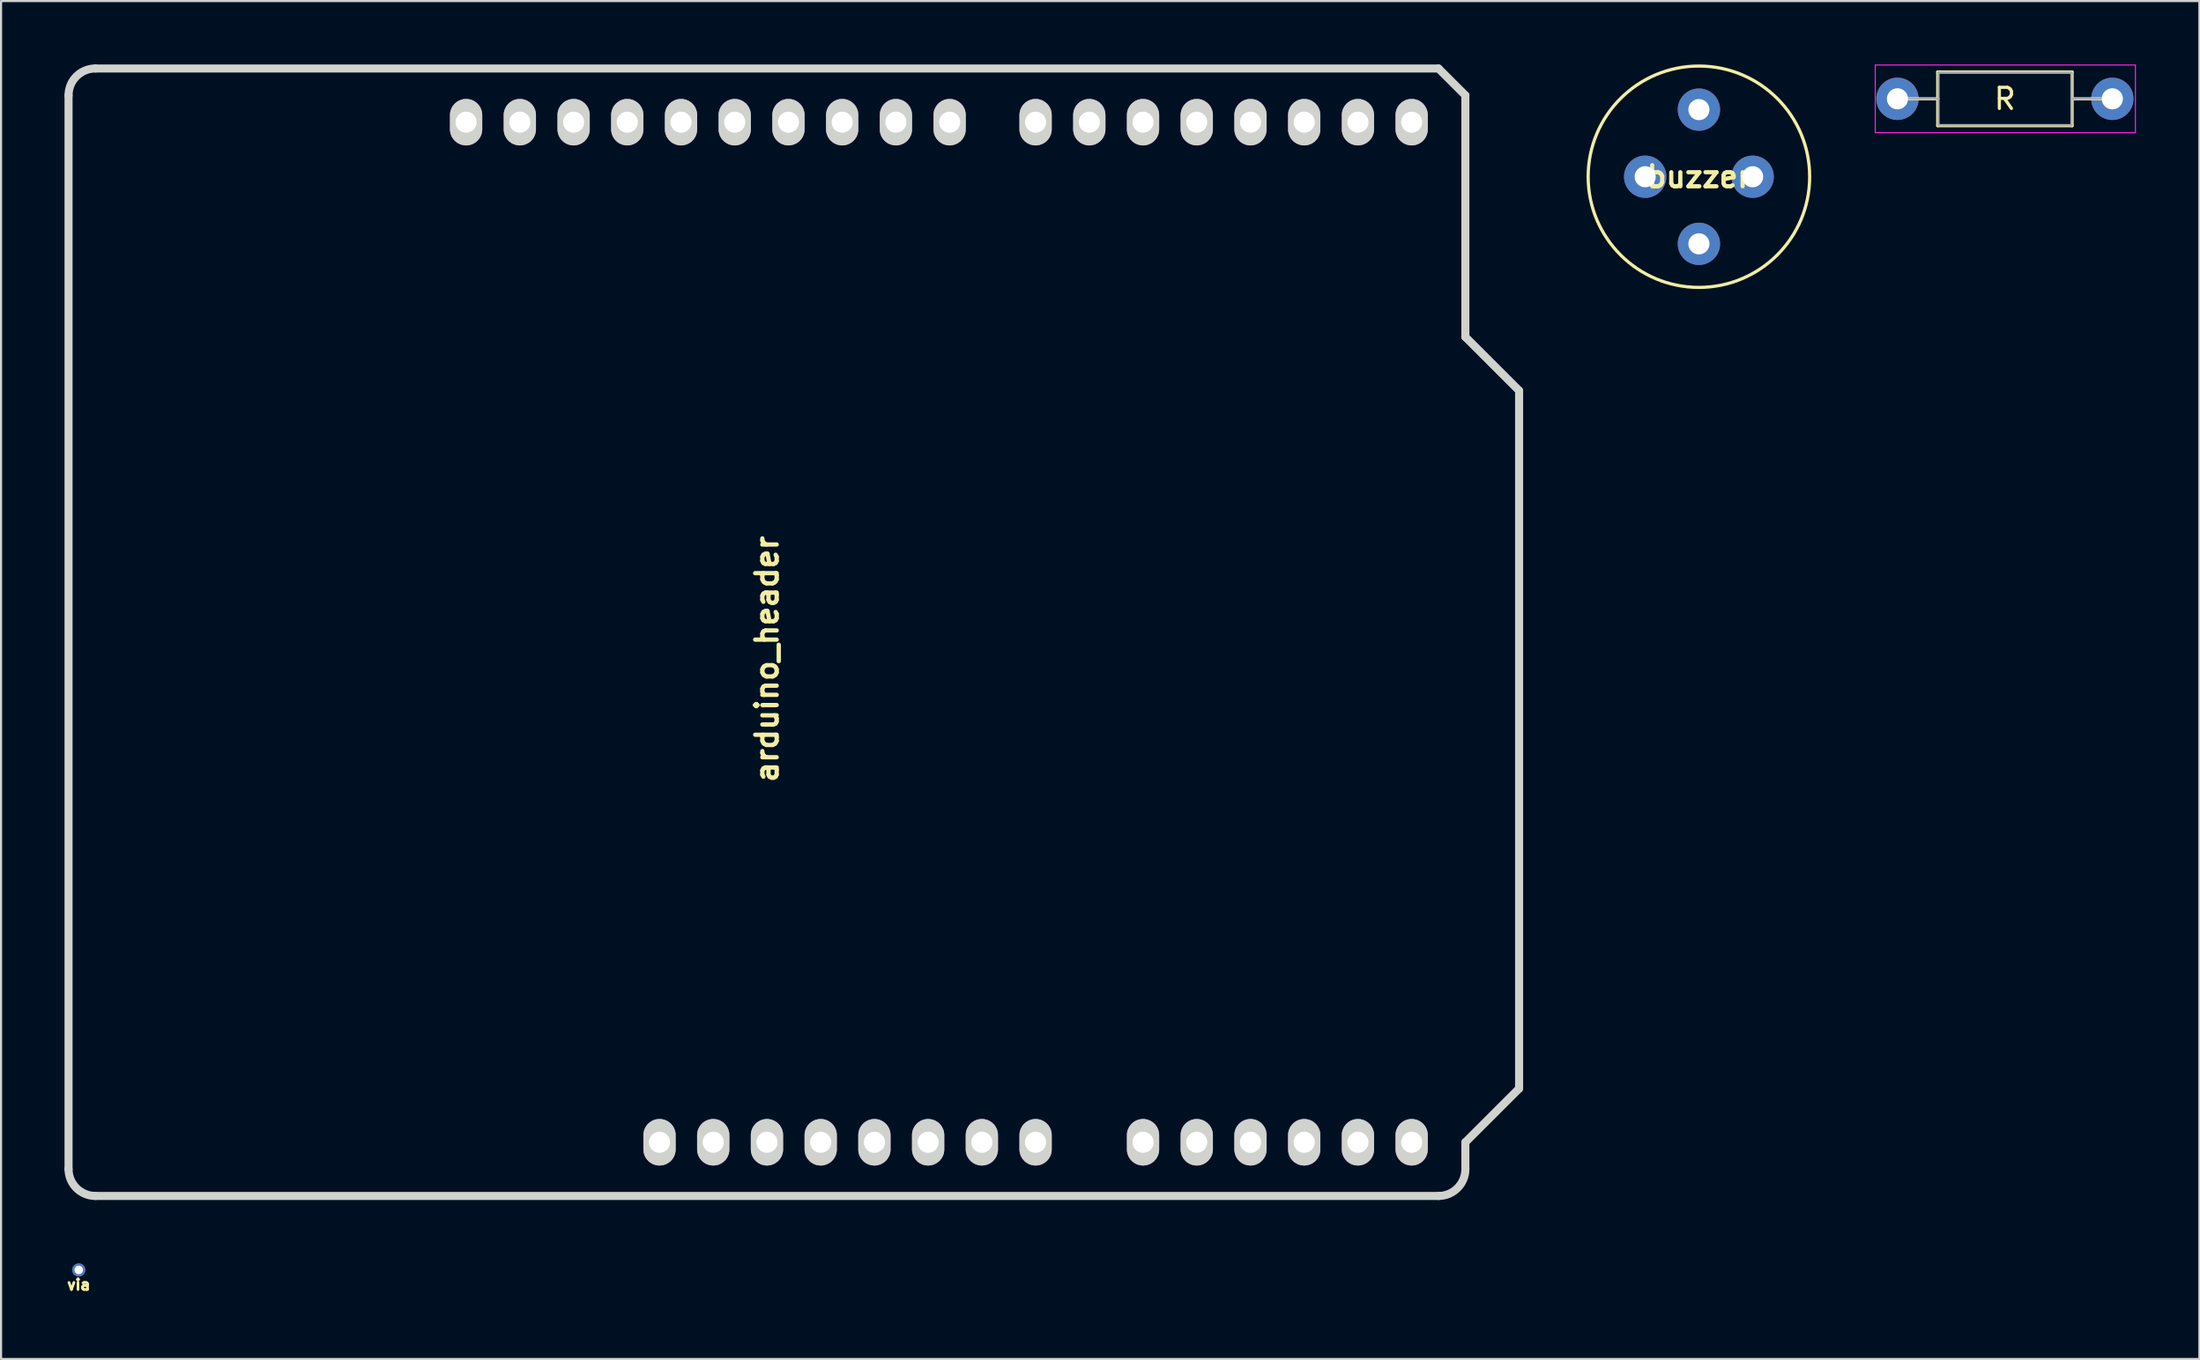
<source format=kicad_pcb>
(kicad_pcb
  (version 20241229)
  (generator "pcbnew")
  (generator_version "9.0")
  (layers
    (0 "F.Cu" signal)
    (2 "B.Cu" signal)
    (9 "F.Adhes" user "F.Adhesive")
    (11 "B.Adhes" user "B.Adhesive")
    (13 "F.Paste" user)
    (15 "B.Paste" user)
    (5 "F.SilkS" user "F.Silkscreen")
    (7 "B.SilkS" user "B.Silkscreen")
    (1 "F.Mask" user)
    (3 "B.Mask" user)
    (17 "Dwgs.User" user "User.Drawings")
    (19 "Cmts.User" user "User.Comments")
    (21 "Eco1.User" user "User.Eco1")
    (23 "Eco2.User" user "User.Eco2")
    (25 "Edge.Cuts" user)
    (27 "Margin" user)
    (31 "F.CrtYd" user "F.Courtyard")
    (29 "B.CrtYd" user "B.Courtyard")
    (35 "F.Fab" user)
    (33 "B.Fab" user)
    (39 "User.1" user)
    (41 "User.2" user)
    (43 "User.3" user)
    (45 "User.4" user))
  (footprint "arduino_header"
    (layer "F.Cu")
    (at 33.211 26.86)
    (property "Reference" "arduino_header" (at 0 1.27 90) (layer "F.SilkS") (effects (font (size 1.016 1.016) (thickness 0.203))))
    (attr through_hole)
    (fp_line (start -33.02 25.4) (end -33.02 -25.4) (stroke (width 0.381) (type solid)) (layer "Edge.Cuts"))
    (fp_line (start -31.75 26.67) (end 31.75 26.67) (stroke (width 0.381) (type solid)) (layer "Edge.Cuts"))
    (fp_line (start 31.75 -26.67) (end -31.75 -26.67) (stroke (width 0.381) (type solid)) (layer "Edge.Cuts"))
    (fp_line (start 31.75 -26.67) (end 33.02 -25.4) (stroke (width 0.381) (type solid)) (layer "Edge.Cuts"))
    (fp_line (start 33.02 -25.4) (end 33.02 -13.97) (stroke (width 0.381) (type solid)) (layer "Edge.Cuts"))
    (fp_line (start 33.02 -13.97) (end 35.56 -11.43) (stroke (width 0.381) (type solid)) (layer "Edge.Cuts"))
    (fp_line (start 33.02 24.13) (end 33.02 25.4) (stroke (width 0.381) (type solid)) (layer "Edge.Cuts"))
    (fp_line (start 35.56 21.59) (end 33.02 24.13) (stroke (width 0.381) (type solid)) (layer "Edge.Cuts"))
    (fp_line (start 35.56 21.59) (end 35.56 -11.43) (stroke (width 0.381) (type solid)) (layer "Edge.Cuts"))
    (fp_arc (start -33.02 -25.4) (mid -32.648026 -26.298026) (end -31.75 -26.67) (stroke (width 0.381) (type solid)) (layer "Edge.Cuts"))
    (fp_arc (start -31.75 26.67) (mid -32.648026 26.298026) (end -33.02 25.4) (stroke (width 0.381) (type solid)) (layer "Edge.Cuts"))
    (fp_arc (start 33.02 25.4) (mid 32.648026 26.298026) (end 31.75 26.67) (stroke (width 0.381) (type solid)) (layer "Edge.Cuts"))
    (pad "1" thru_hole oval (at -5.08 24.13) (size 1.524 2.2) (drill 1.001) (layers "*.Cu" "*.Mask" "Edge.Cuts"))
    (pad "2" thru_hole oval (at -2.54 24.13) (size 1.524 2.2) (drill 1.001) (layers "*.Cu" "*.Mask" "Edge.Cuts"))
    (pad "3" thru_hole oval (at 0 24.13) (size 1.524 2.2) (drill 1.001) (layers "*.Cu" "*.Mask" "Edge.Cuts"))
    (pad "4" thru_hole oval (at 2.54 24.13) (size 1.524 2.2) (drill 1.001) (layers "*.Cu" "*.Mask" "Edge.Cuts"))
    (pad "5" thru_hole oval (at 5.08 24.13) (size 1.524 2.2) (drill 1.001) (layers "*.Cu" "*.Mask" "Edge.Cuts"))
    (pad "6" thru_hole oval (at 7.62 24.13) (size 1.524 2.2) (drill 1.001) (layers "*.Cu" "*.Mask" "Edge.Cuts"))
    (pad "7" thru_hole oval (at 10.16 24.13) (size 1.524 2.2) (drill 1.001) (layers "*.Cu" "*.Mask" "Edge.Cuts"))
    (pad "8" thru_hole oval (at 12.7 24.13) (size 1.524 2.2) (drill 1.001) (layers "*.Cu" "*.Mask" "Edge.Cuts"))
    (pad "9" thru_hole oval (at 17.78 24.13) (size 1.524 2.2) (drill 1.001) (layers "*.Cu" "*.Mask" "Edge.Cuts"))
    (pad "10" thru_hole oval (at 20.32 24.13) (size 1.524 2.2) (drill 1.001) (layers "*.Cu" "*.Mask" "Edge.Cuts"))
    (pad "11" thru_hole oval (at 22.86 24.13) (size 1.524 2.2) (drill 1.001) (layers "*.Cu" "*.Mask" "Edge.Cuts"))
    (pad "12" thru_hole oval (at 25.4 24.13) (size 1.524 2.2) (drill 1.001) (layers "*.Cu" "*.Mask" "Edge.Cuts"))
    (pad "13" thru_hole oval (at 27.94 24.13) (size 1.524 2.2) (drill 1.001) (layers "*.Cu" "*.Mask" "Edge.Cuts"))
    (pad "14" thru_hole oval (at 30.48 24.13) (size 1.524 2.2) (drill 1.001) (layers "*.Cu" "*.Mask" "Edge.Cuts"))
    (pad "15" thru_hole oval (at 30.48 -24.13) (size 1.524 2.197) (drill 0.998) (layers "*.Cu" "*.Mask" "Edge.Cuts"))
    (pad "16" thru_hole oval (at 27.94 -24.13) (size 1.524 2.197) (drill 0.998) (layers "*.Cu" "*.Mask" "Edge.Cuts"))
    (pad "17" thru_hole oval (at 25.4 -24.13) (size 1.524 2.197) (drill 0.998) (layers "*.Cu" "*.Mask" "Edge.Cuts"))
    (pad "18" thru_hole oval (at 22.86 -24.13) (size 1.524 2.197) (drill 0.998) (layers "*.Cu" "*.Mask" "Edge.Cuts"))
    (pad "19" thru_hole oval (at 20.32 -24.13) (size 1.524 2.197) (drill 0.998) (layers "*.Cu" "*.Mask" "Edge.Cuts"))
    (pad "20" thru_hole oval (at 17.78 -24.13) (size 1.524 2.197) (drill 0.998) (layers "*.Cu" "*.Mask" "Edge.Cuts"))
    (pad "21" thru_hole oval (at 15.24 -24.13) (size 1.524 2.197) (drill 0.998) (layers "*.Cu" "*.Mask" "Edge.Cuts"))
    (pad "22" thru_hole oval (at 12.7 -24.13) (size 1.524 2.197) (drill 0.998) (layers "*.Cu" "*.Mask" "Edge.Cuts"))
    (pad "23" thru_hole oval (at 8.636 -24.13) (size 1.524 2.197) (drill 0.998) (layers "*.Cu" "*.Mask" "Edge.Cuts"))
    (pad "24" thru_hole oval (at 6.096 -24.13) (size 1.524 2.197) (drill 0.998) (layers "*.Cu" "*.Mask" "Edge.Cuts"))
    (pad "25" thru_hole oval (at 3.556 -24.13) (size 1.524 2.197) (drill 0.998) (layers "*.Cu" "*.Mask" "Edge.Cuts"))
    (pad "26" thru_hole oval (at 1.016 -24.13) (size 1.524 2.197) (drill 0.998) (layers "*.Cu" "*.Mask" "Edge.Cuts"))
    (pad "27" thru_hole oval (at -1.524 -24.13) (size 1.524 2.197) (drill 0.998) (layers "*.Cu" "*.Mask" "Edge.Cuts"))
    (pad "28" thru_hole oval (at -4.064 -24.13) (size 1.524 2.197) (drill 0.998) (layers "*.Cu" "*.Mask" "Edge.Cuts"))
    (pad "29" thru_hole oval (at -6.604 -24.13) (size 1.524 2.197) (drill 0.998) (layers "*.Cu" "*.Mask" "Edge.Cuts"))
    (pad "30" thru_hole oval (at -9.141 -24.13) (size 1.524 2.197) (drill 0.998) (layers "*.Cu" "*.Mask" "Edge.Cuts"))
    (pad "31" thru_hole oval (at -11.684 -24.13) (size 1.524 2.197) (drill 0.998) (layers "*.Cu" "*.Mask" "Edge.Cuts"))
    (pad "32" thru_hole oval (at -14.224 -24.13) (size 1.524 2.197) (drill 0.998) (layers "*.Cu" "*.Mask" "Edge.Cuts")))
  (footprint "R"
    (layer "F.Cu")
    (at 91.739 1.625)
    (property "Reference" "R" (at 0 0 0) (layer "F.SilkS") (effects (font (size 1 1) (thickness 0.15))))
    (attr through_hole)
    (fp_line (start -5.08 0) (end -3.175 0) (stroke (width 0.15) (type solid)) (layer "F.SilkS"))
    (fp_line (start -3.175 -1.27) (end 3.175 -1.27) (stroke (width 0.15) (type solid)) (layer "F.SilkS"))
    (fp_line (start -3.175 0) (end -3.175 -1.27) (stroke (width 0.15) (type solid)) (layer "F.SilkS"))
    (fp_line (start -3.175 0) (end -3.175 1.27) (stroke (width 0.15) (type solid)) (layer "F.SilkS"))
    (fp_line (start -3.175 1.27) (end 3.175 1.27) (stroke (width 0.15) (type solid)) (layer "F.SilkS"))
    (fp_line (start 3.175 -1.27) (end 3.175 0) (stroke (width 0.15) (type solid)) (layer "F.SilkS"))
    (fp_line (start 3.175 0) (end 5.08 0) (stroke (width 0.15) (type solid)) (layer "F.SilkS"))
    (fp_line (start 3.175 1.27) (end 3.175 0) (stroke (width 0.15) (type solid)) (layer "F.SilkS"))
    (fp_line (start -6.13 -1.6) (end -6.13 1.6) (stroke (width 0.05) (type solid)) (layer "F.CrtYd"))
    (fp_line (start -6.13 1.6) (end 6.17 1.6) (stroke (width 0.05) (type solid)) (layer "F.CrtYd"))
    (fp_line (start 6.17 -1.6) (end -6.13 -1.6) (stroke (width 0.05) (type solid)) (layer "F.CrtYd"))
    (fp_line (start 6.17 1.6) (end 6.17 -1.6) (stroke (width 0.05) (type solid)) (layer "F.CrtYd"))
    (fp_line (start -5.08 0) (end -3.15 0) (stroke (width 0.1) (type solid)) (layer "F.Fab"))
    (fp_line (start -3.15 -1.25) (end -3.15 1.25) (stroke (width 0.1) (type solid)) (layer "F.Fab"))
    (fp_line (start -3.15 1.25) (end 3.15 1.25) (stroke (width 0.1) (type solid)) (layer "F.Fab"))
    (fp_line (start 3.15 -1.25) (end -3.15 -1.25) (stroke (width 0.1) (type solid)) (layer "F.Fab"))
    (fp_line (start 3.15 1.25) (end 3.15 -1.25) (stroke (width 0.1) (type solid)) (layer "F.Fab"))
    (fp_line (start 5.08 0) (end 3.15 0) (stroke (width 0.1) (type solid)) (layer "F.Fab"))
    (pad "1" thru_hole circle (at -5.08 0) (size 2 2) (drill 1) (layers "*.Cu" "*.Mask"))
    (pad "2" thru_hole circle (at 5.08 0) (size 2 2) (drill 1) (layers "*.Cu" "*.Mask")))
  (footprint "via"
    (layer "F.Cu")
    (at 0.673 57.031)
    (property "Reference" "via" (at 0 0.7 0) (layer "F.SilkS") (effects (font (size 0.5 0.5) (thickness 0.125))))
    (attr through_hole)
    (pad "" thru_hole circle (at 0 0) (size 0.62 0.62) (drill 0.4) (layers "*.Cu")))
  (footprint "buzzer"
    (layer "F.Cu")
    (at 77.272 5.311)
    (property "Reference" "buzzer" (at 0 0 0) (layer "F.SilkS") (effects (font (size 0.998 0.998) (thickness 0.198))))
    (attr through_hole)
    (fp_circle (center 0 0) (end 5.08 -1.27) (stroke (width 0.15) (type solid)) (fill no) (layer "F.SilkS"))
    (pad "1" thru_hole circle (at 0 3.175) (size 2 2) (drill 1) (layers "*.Cu" "*.Mask"))
    (pad "1" thru_hole circle (at 2.54 0) (size 2 2) (drill 1) (layers "*.Cu" "*.Mask"))
    (pad "2" thru_hole circle (at -2.54 0) (size 2 2) (drill 1) (layers "*.Cu" "*.Mask"))
    (pad "2" thru_hole circle (at 0 -3.175) (size 2 2) (drill 1) (layers "*.Cu" "*.Mask")))
  (gr_rect
    (start -3 -3)
    (end 100.934 61.243)
    (stroke (width 0.1) (type default))
    (fill no)
    (layer "Edge.Cuts")))
</source>
